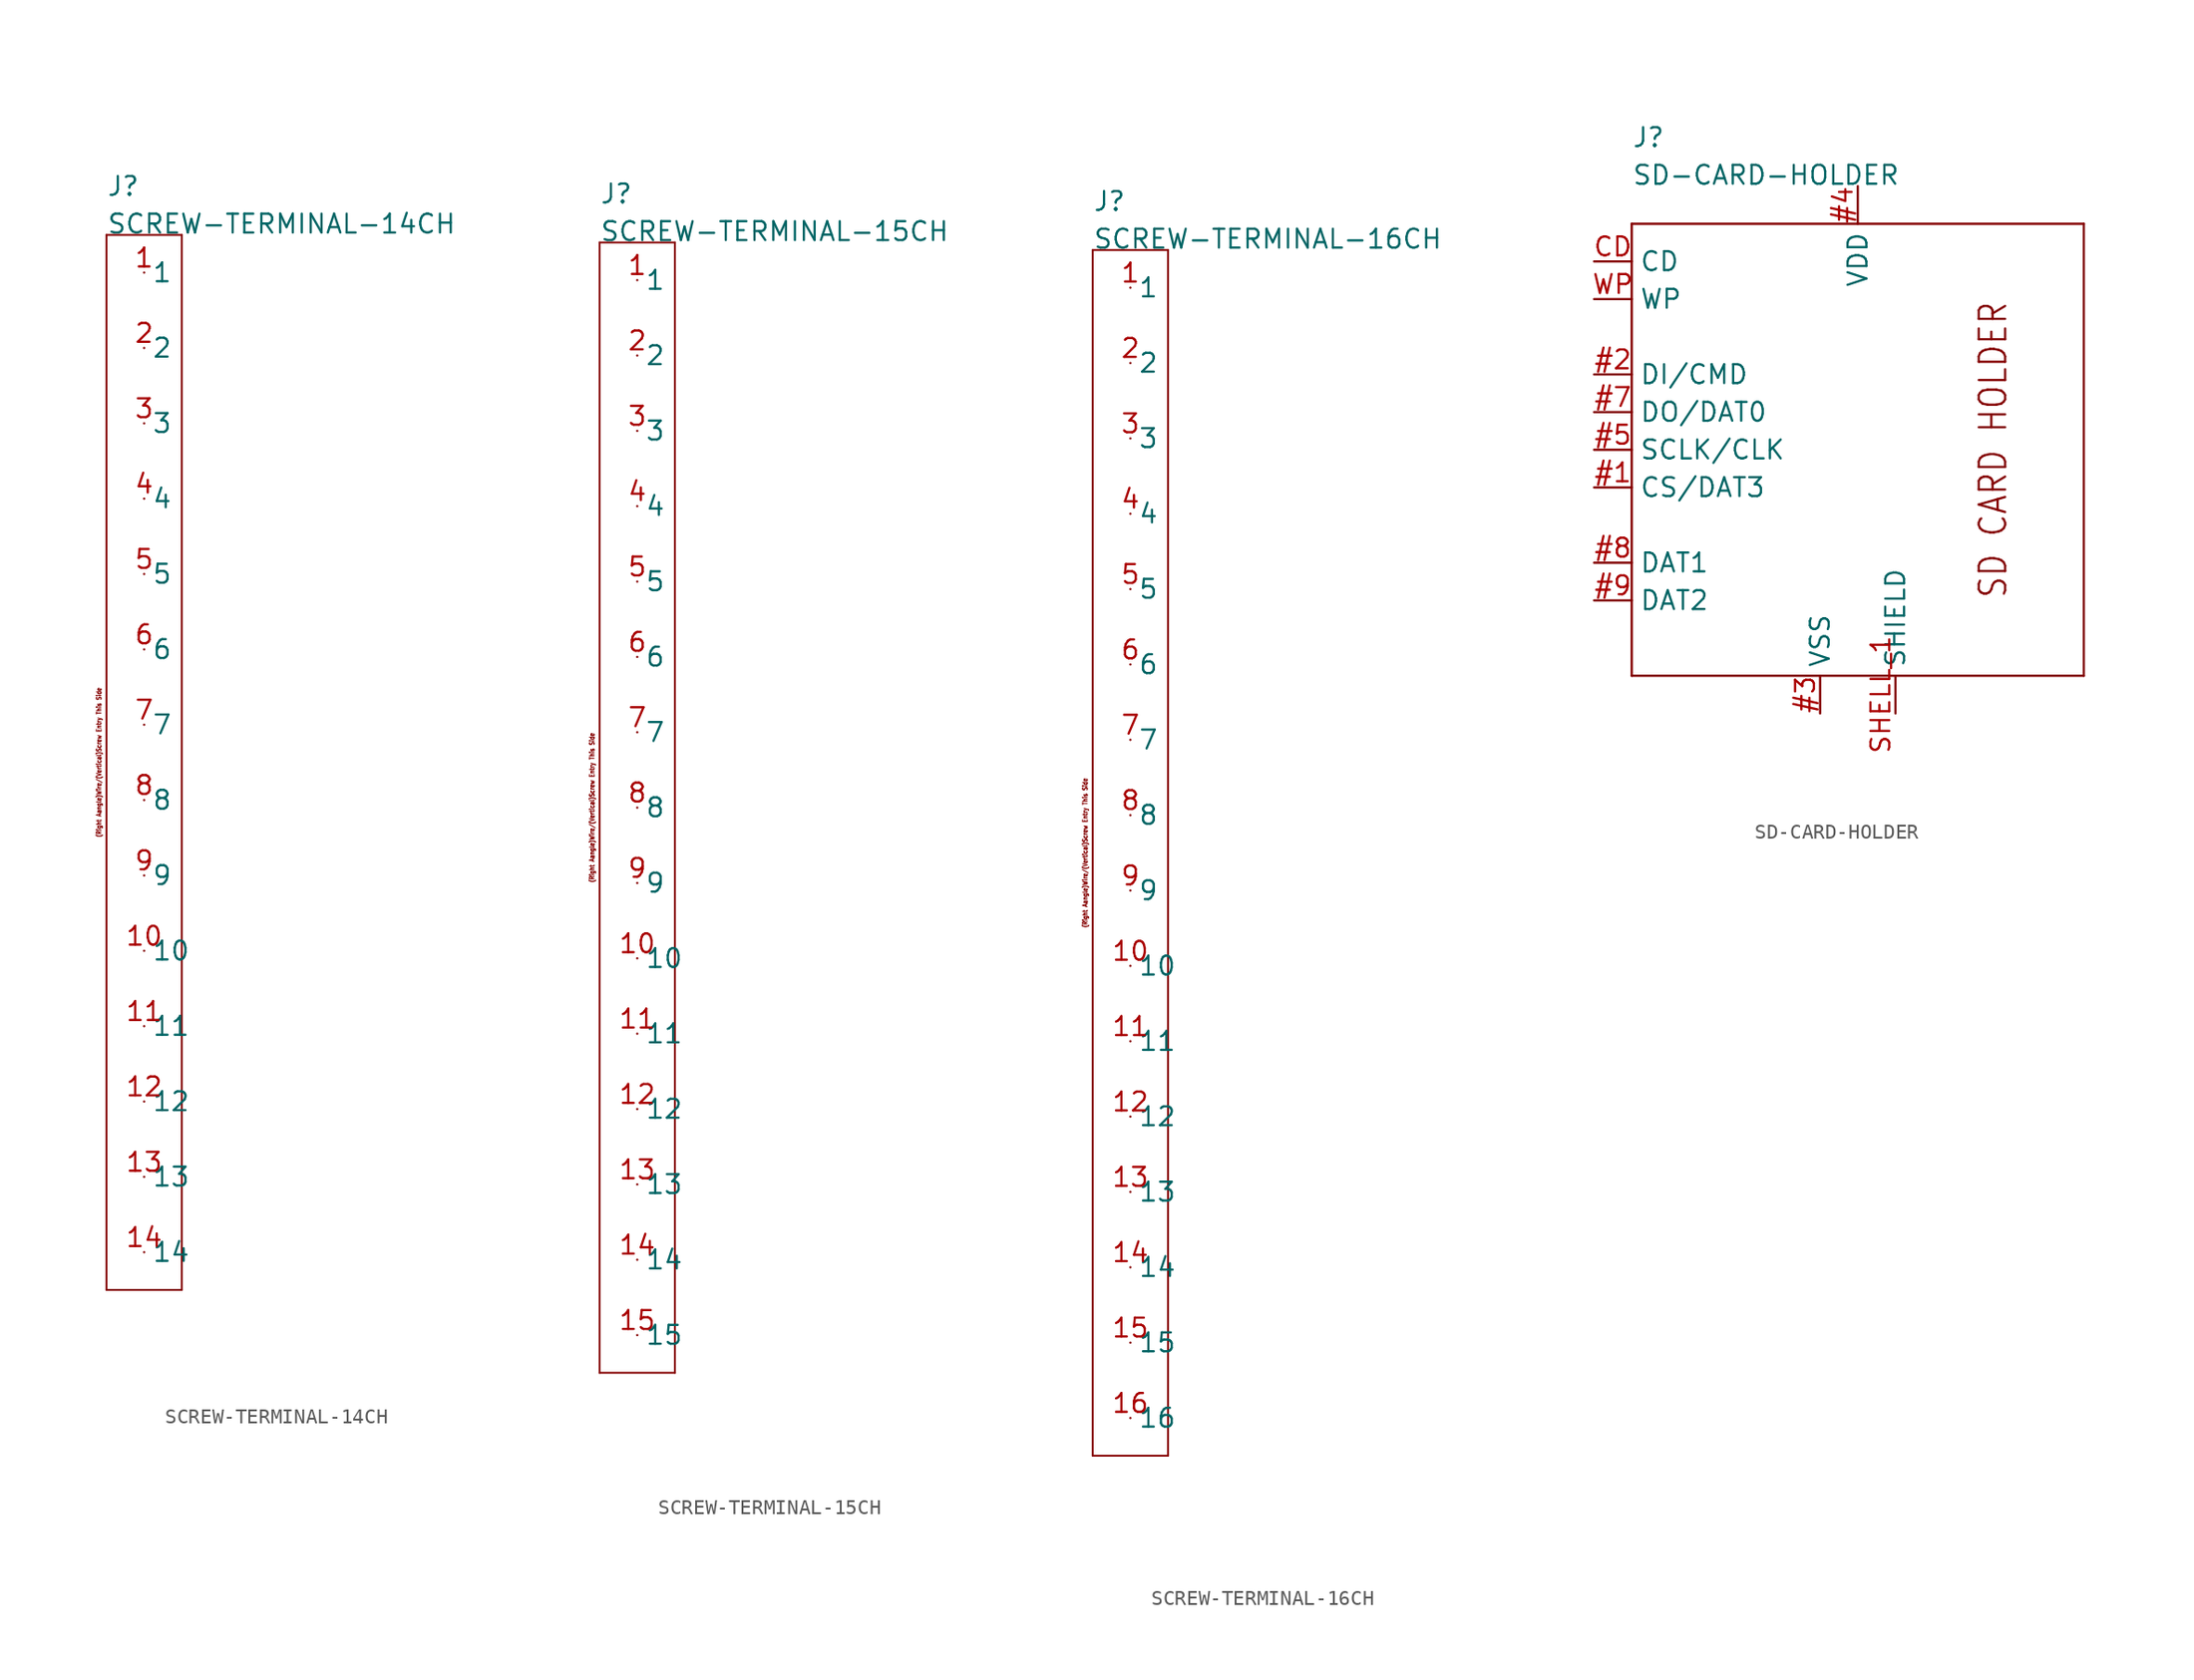
<source format=kicad_sym>
(kicad_symbol_lib
  (version 20211014)
  (generator kicad_symbol_editor)
  (symbol "SCREW-TERMINAL-14CH"
    (pin_names)
    (property "Reference" "J"
      (at -2.54 38.1 0)
      (effects (font (size 1.27 1.27)) (justify left bottom)))
    (property "Value" "SCREW-TERMINAL-14CH"
      (at -2.54 35.56 0)
      (effects (font (size 1.27 1.27)) (justify left bottom)))
    (property "Datasheet" ""
      (at 0 0 0))
    (property "ki_description" " Screw Terminal 1x14  - 14 Position Screw Terminal "
      (at 0 0 0))
    (property "ki_fp_filters" "FlashPCB_Connectors:PHX-1935284-THT-RA-5MM-14CH"
      (at 0 0 0))
    (symbol "SCREW-TERMINAL-14CH_1_1"
      (text "(Right Aangle)Wire/(Vertical)Screw Entry This Side" (at -3.048 0 900) (effects (font (size 0.305 0.261))))
      (polyline (pts (xy -2.54 35.56) (xy 2.54 35.56)) (stroke (width 0.127)) (fill (type none)))
      (polyline (pts (xy 2.54 35.56) (xy 2.54 -35.56)) (stroke (width 0.127)) (fill (type none)))
      (polyline (pts (xy 2.54 -35.56) (xy -2.54 -35.56)) (stroke (width 0.127)) (fill (type none)))
      (polyline (pts (xy -2.54 -35.56) (xy -2.54 35.56)) (stroke (width 0.127)) (fill (type none)))
      (pin bidirectional line (at 0 33.02 0) (length 0) (name "1" (effects (font (size 1.27 1.27)))) (number "1" (effects (font (size 1.27 1.27)))))
      (pin bidirectional line (at 0 27.94 0) (length 0) (name "2" (effects (font (size 1.27 1.27)))) (number "2" (effects (font (size 1.27 1.27)))))
      (pin bidirectional line (at 0 22.86 0) (length 0) (name "3" (effects (font (size 1.27 1.27)))) (number "3" (effects (font (size 1.27 1.27)))))
      (pin bidirectional line (at 0 17.78 0) (length 0) (name "4" (effects (font (size 1.27 1.27)))) (number "4" (effects (font (size 1.27 1.27)))))
      (pin bidirectional line (at 0 12.7 0) (length 0) (name "5" (effects (font (size 1.27 1.27)))) (number "5" (effects (font (size 1.27 1.27)))))
      (pin bidirectional line (at 0 7.62 0) (length 0) (name "6" (effects (font (size 1.27 1.27)))) (number "6" (effects (font (size 1.27 1.27)))))
      (pin bidirectional line (at 0 2.54 0) (length 0) (name "7" (effects (font (size 1.27 1.27)))) (number "7" (effects (font (size 1.27 1.27)))))
      (pin bidirectional line (at 0 -2.54 0) (length 0) (name "8" (effects (font (size 1.27 1.27)))) (number "8" (effects (font (size 1.27 1.27)))))
      (pin bidirectional line (at 0 -7.62 0) (length 0) (name "9" (effects (font (size 1.27 1.27)))) (number "9" (effects (font (size 1.27 1.27)))))
      (pin bidirectional line (at 0 -12.7 0) (length 0) (name "10" (effects (font (size 1.27 1.27)))) (number "10" (effects (font (size 1.27 1.27)))))
      (pin bidirectional line (at 0 -17.78 0) (length 0) (name "11" (effects (font (size 1.27 1.27)))) (number "11" (effects (font (size 1.27 1.27)))))
      (pin bidirectional line (at 0 -22.86 0) (length 0) (name "12" (effects (font (size 1.27 1.27)))) (number "12" (effects (font (size 1.27 1.27)))))
      (pin bidirectional line (at 0 -27.94 0) (length 0) (name "13" (effects (font (size 1.27 1.27)))) (number "13" (effects (font (size 1.27 1.27)))))
      (pin bidirectional line (at 0 -33.02 0) (length 0) (name "14" (effects (font (size 1.27 1.27)))) (number "14" (effects (font (size 1.27 1.27)))))))
  (symbol "SCREW-TERMINAL-15CH"
    (pin_names)
    (property "Reference" "J"
      (at -2.54 40.64 0)
      (effects (font (size 1.27 1.27)) (justify left bottom)))
    (property "Value" "SCREW-TERMINAL-15CH"
      (at -2.54 38.1 0)
      (effects (font (size 1.27 1.27)) (justify left bottom)))
    (property "Datasheet" ""
      (at 0 0 0))
    (property "ki_description" " Screw Terminal 1x15  - 15 Position Screw Terminal "
      (at 0 0 0))
    (property "ki_fp_filters" "FlashPCB_Connectors:PHX-1935297-THT-RA-5MM-15CH"
      (at 0 0 0))
    (symbol "SCREW-TERMINAL-15CH_1_1"
      (text "(Right Aangle)Wire/(Vertical)Screw Entry This Side" (at -3.048 0 900) (effects (font (size 0.305 0.261))))
      (polyline (pts (xy -2.54 38.1) (xy 2.54 38.1)) (stroke (width 0.127)) (fill (type none)))
      (polyline (pts (xy 2.54 38.1) (xy 2.54 -38.1)) (stroke (width 0.127)) (fill (type none)))
      (polyline (pts (xy 2.54 -38.1) (xy -2.54 -38.1)) (stroke (width 0.127)) (fill (type none)))
      (polyline (pts (xy -2.54 -38.1) (xy -2.54 38.1)) (stroke (width 0.127)) (fill (type none)))
      (pin bidirectional line (at 0 35.56 0) (length 0) (name "1" (effects (font (size 1.27 1.27)))) (number "1" (effects (font (size 1.27 1.27)))))
      (pin bidirectional line (at 0 30.48 0) (length 0) (name "2" (effects (font (size 1.27 1.27)))) (number "2" (effects (font (size 1.27 1.27)))))
      (pin bidirectional line (at 0 25.4 0) (length 0) (name "3" (effects (font (size 1.27 1.27)))) (number "3" (effects (font (size 1.27 1.27)))))
      (pin bidirectional line (at 0 20.32 0) (length 0) (name "4" (effects (font (size 1.27 1.27)))) (number "4" (effects (font (size 1.27 1.27)))))
      (pin bidirectional line (at 0 15.24 0) (length 0) (name "5" (effects (font (size 1.27 1.27)))) (number "5" (effects (font (size 1.27 1.27)))))
      (pin bidirectional line (at 0 10.16 0) (length 0) (name "6" (effects (font (size 1.27 1.27)))) (number "6" (effects (font (size 1.27 1.27)))))
      (pin bidirectional line (at 0 5.08 0) (length 0) (name "7" (effects (font (size 1.27 1.27)))) (number "7" (effects (font (size 1.27 1.27)))))
      (pin bidirectional line (at 0 0 0) (length 0) (name "8" (effects (font (size 1.27 1.27)))) (number "8" (effects (font (size 1.27 1.27)))))
      (pin bidirectional line (at 0 -5.08 0) (length 0) (name "9" (effects (font (size 1.27 1.27)))) (number "9" (effects (font (size 1.27 1.27)))))
      (pin bidirectional line (at 0 -10.16 0) (length 0) (name "10" (effects (font (size 1.27 1.27)))) (number "10" (effects (font (size 1.27 1.27)))))
      (pin bidirectional line (at 0 -15.24 0) (length 0) (name "11" (effects (font (size 1.27 1.27)))) (number "11" (effects (font (size 1.27 1.27)))))
      (pin bidirectional line (at 0 -20.32 0) (length 0) (name "12" (effects (font (size 1.27 1.27)))) (number "12" (effects (font (size 1.27 1.27)))))
      (pin bidirectional line (at 0 -25.4 0) (length 0) (name "13" (effects (font (size 1.27 1.27)))) (number "13" (effects (font (size 1.27 1.27)))))
      (pin bidirectional line (at 0 -30.48 0) (length 0) (name "14" (effects (font (size 1.27 1.27)))) (number "14" (effects (font (size 1.27 1.27)))))
      (pin bidirectional line (at 0 -35.56 0) (length 0) (name "15" (effects (font (size 1.27 1.27)))) (number "15" (effects (font (size 1.27 1.27)))))))
  (symbol "SCREW-TERMINAL-16CH"
    (pin_names)
    (property "Reference" "J"
      (at -2.54 43.18 0)
      (effects (font (size 1.27 1.27)) (justify left bottom)))
    (property "Value" "SCREW-TERMINAL-16CH"
      (at -2.54 40.64 0)
      (effects (font (size 1.27 1.27)) (justify left bottom)))
    (property "Datasheet" ""
      (at 0 0 0))
    (property "ki_description" " Screw Terminal 1x16  - 16 Position Screw Terminal "
      (at 0 0 0))
    (property "ki_fp_filters" "FlashPCB_Connectors:PHX-1935307-THT-RA-5MM-16CH"
      (at 0 0 0))
    (symbol "SCREW-TERMINAL-16CH_1_1"
      (text "(Right Aangle)Wire/(Vertical)Screw Entry This Side" (at -3.048 0 900) (effects (font (size 0.305 0.261))))
      (polyline (pts (xy -2.54 40.64) (xy 2.54 40.64)) (stroke (width 0.127)) (fill (type none)))
      (polyline (pts (xy 2.54 40.64) (xy 2.54 -40.64)) (stroke (width 0.127)) (fill (type none)))
      (polyline (pts (xy 2.54 -40.64) (xy -2.54 -40.64)) (stroke (width 0.127)) (fill (type none)))
      (polyline (pts (xy -2.54 -40.64) (xy -2.54 40.64)) (stroke (width 0.127)) (fill (type none)))
      (pin bidirectional line (at 0 38.1 0) (length 0) (name "1" (effects (font (size 1.27 1.27)))) (number "1" (effects (font (size 1.27 1.27)))))
      (pin bidirectional line (at 0 33.02 0) (length 0) (name "2" (effects (font (size 1.27 1.27)))) (number "2" (effects (font (size 1.27 1.27)))))
      (pin bidirectional line (at 0 27.94 0) (length 0) (name "3" (effects (font (size 1.27 1.27)))) (number "3" (effects (font (size 1.27 1.27)))))
      (pin bidirectional line (at 0 22.86 0) (length 0) (name "4" (effects (font (size 1.27 1.27)))) (number "4" (effects (font (size 1.27 1.27)))))
      (pin bidirectional line (at 0 17.78 0) (length 0) (name "5" (effects (font (size 1.27 1.27)))) (number "5" (effects (font (size 1.27 1.27)))))
      (pin bidirectional line (at 0 12.7 0) (length 0) (name "6" (effects (font (size 1.27 1.27)))) (number "6" (effects (font (size 1.27 1.27)))))
      (pin bidirectional line (at 0 7.62 0) (length 0) (name "7" (effects (font (size 1.27 1.27)))) (number "7" (effects (font (size 1.27 1.27)))))
      (pin bidirectional line (at 0 2.54 0) (length 0) (name "8" (effects (font (size 1.27 1.27)))) (number "8" (effects (font (size 1.27 1.27)))))
      (pin bidirectional line (at 0 -2.54 0) (length 0) (name "9" (effects (font (size 1.27 1.27)))) (number "9" (effects (font (size 1.27 1.27)))))
      (pin bidirectional line (at 0 -7.62 0) (length 0) (name "10" (effects (font (size 1.27 1.27)))) (number "10" (effects (font (size 1.27 1.27)))))
      (pin bidirectional line (at 0 -12.7 0) (length 0) (name "11" (effects (font (size 1.27 1.27)))) (number "11" (effects (font (size 1.27 1.27)))))
      (pin bidirectional line (at 0 -17.78 0) (length 0) (name "12" (effects (font (size 1.27 1.27)))) (number "12" (effects (font (size 1.27 1.27)))))
      (pin bidirectional line (at 0 -22.86 0) (length 0) (name "13" (effects (font (size 1.27 1.27)))) (number "13" (effects (font (size 1.27 1.27)))))
      (pin bidirectional line (at 0 -27.94 0) (length 0) (name "14" (effects (font (size 1.27 1.27)))) (number "14" (effects (font (size 1.27 1.27)))))
      (pin bidirectional line (at 0 -33.02 0) (length 0) (name "15" (effects (font (size 1.27 1.27)))) (number "15" (effects (font (size 1.27 1.27)))))
      (pin bidirectional line (at 0 -38.1 0) (length 0) (name "16" (effects (font (size 1.27 1.27)))) (number "16" (effects (font (size 1.27 1.27)))))))
  (symbol "SD-CARD-HOLDER"
    (pin_names)
    (property "Reference" "J"
      (at -15.24 20.32 0)
      (effects (font (size 1.27 1.27)) (justify left bottom)))
    (property "Value" "SD-CARD-HOLDER"
      (at -15.24 17.78 0)
      (effects (font (size 1.27 1.27)) (justify left bottom)))
    (property "Datasheet" ""
      (at 0 0 0))
    (property "ki_description" "SD Card Holder  11 (9 + 2) Position Card Connector Secure Digital    Technical Specifications:    Number of Positions: 11 (9 + Card Detect + Write Protect)        Component Search:  [DATA SHEET NAME]   Datasheet:  Amphenol ICC (FCI) 10067847-001RLF "
      (at 0 0 0))
    (property "ki_fp_filters" "FlashPCB_Connectors:SD-CARD-HOLDER-AMPF-10067847-001RLF"
      (at 0 0 0))
    (symbol "SD-CARD-HOLDER_1_1"
      (text "SD CARD HOLDER" (at 10.16 0 900) (effects (font (size 1.778 1.52)) (justify bottom)))
      (polyline (pts (xy -15.24 15.24) (xy 15.24 15.24)) (stroke (width 0.152)) (fill (type none)))
      (polyline (pts (xy 15.24 15.24) (xy 15.24 -15.24)) (stroke (width 0.152)) (fill (type none)))
      (polyline (pts (xy 15.24 -15.24) (xy -15.24 -15.24)) (stroke (width 0.152)) (fill (type none)))
      (polyline (pts (xy -15.24 -15.24) (xy -15.24 15.24)) (stroke (width 0.152)) (fill (type none)))
      (pin bidirectional line (at -17.78 -2.54 0) (length 2.54) (name "CS/DAT3" (effects (font (size 1.27 1.27)))) (number "#1" (effects (font (size 1.27 1.27)))))
      (pin bidirectional line (at -17.78 5.08 0) (length 2.54) (name "DI/CMD" (effects (font (size 1.27 1.27)))) (number "#2" (effects (font (size 1.27 1.27)))))
      (pin bidirectional line (at -2.54 -17.78 90) (length 2.54) (name "VSS" (effects (font (size 1.27 1.27)))) (number "#3" (effects (font (size 1.27 1.27)))))
      (pin bidirectional line (at -2.54 -17.78 90) (length 2.54) hide (name "VSS" (effects (font (size 1.27 1.27)))) (number "#6" (effects (font (size 1.27 1.27)))))
      (pin bidirectional line (at 0 17.78 270) (length 2.54) (name "VDD" (effects (font (size 1.27 1.27)))) (number "#4" (effects (font (size 1.27 1.27)))))
      (pin bidirectional line (at -17.78 0 0) (length 2.54) (name "SCLK/CLK" (effects (font (size 1.27 1.27)))) (number "#5" (effects (font (size 1.27 1.27)))))
      (pin bidirectional line (at -17.78 2.54 0) (length 2.54) (name "DO/DAT0" (effects (font (size 1.27 1.27)))) (number "#7" (effects (font (size 1.27 1.27)))))
      (pin bidirectional line (at -17.78 -7.62 0) (length 2.54) (name "DAT1" (effects (font (size 1.27 1.27)))) (number "#8" (effects (font (size 1.27 1.27)))))
      (pin bidirectional line (at -17.78 -10.16 0) (length 2.54) (name "DAT2" (effects (font (size 1.27 1.27)))) (number "#9" (effects (font (size 1.27 1.27)))))
      (pin bidirectional line (at -17.78 12.7 0) (length 2.54) (name "CD" (effects (font (size 1.27 1.27)))) (number "CD" (effects (font (size 1.27 1.27)))))
      (pin bidirectional line (at -17.78 10.16 0) (length 2.54) (name "WP" (effects (font (size 1.27 1.27)))) (number "WP" (effects (font (size 1.27 1.27)))))
      (pin bidirectional line (at 2.54 -17.78 90) (length 2.54) (name "SHIELD" (effects (font (size 1.27 1.27)))) (number "SHELL_1" (effects (font (size 1.27 1.27)))))
      (pin bidirectional line (at 2.54 -17.78 90) (length 2.54) hide (name "SHIELD" (effects (font (size 1.27 1.27)))) (number "SHELL_2" (effects (font (size 1.27 1.27))))))))
</source>
